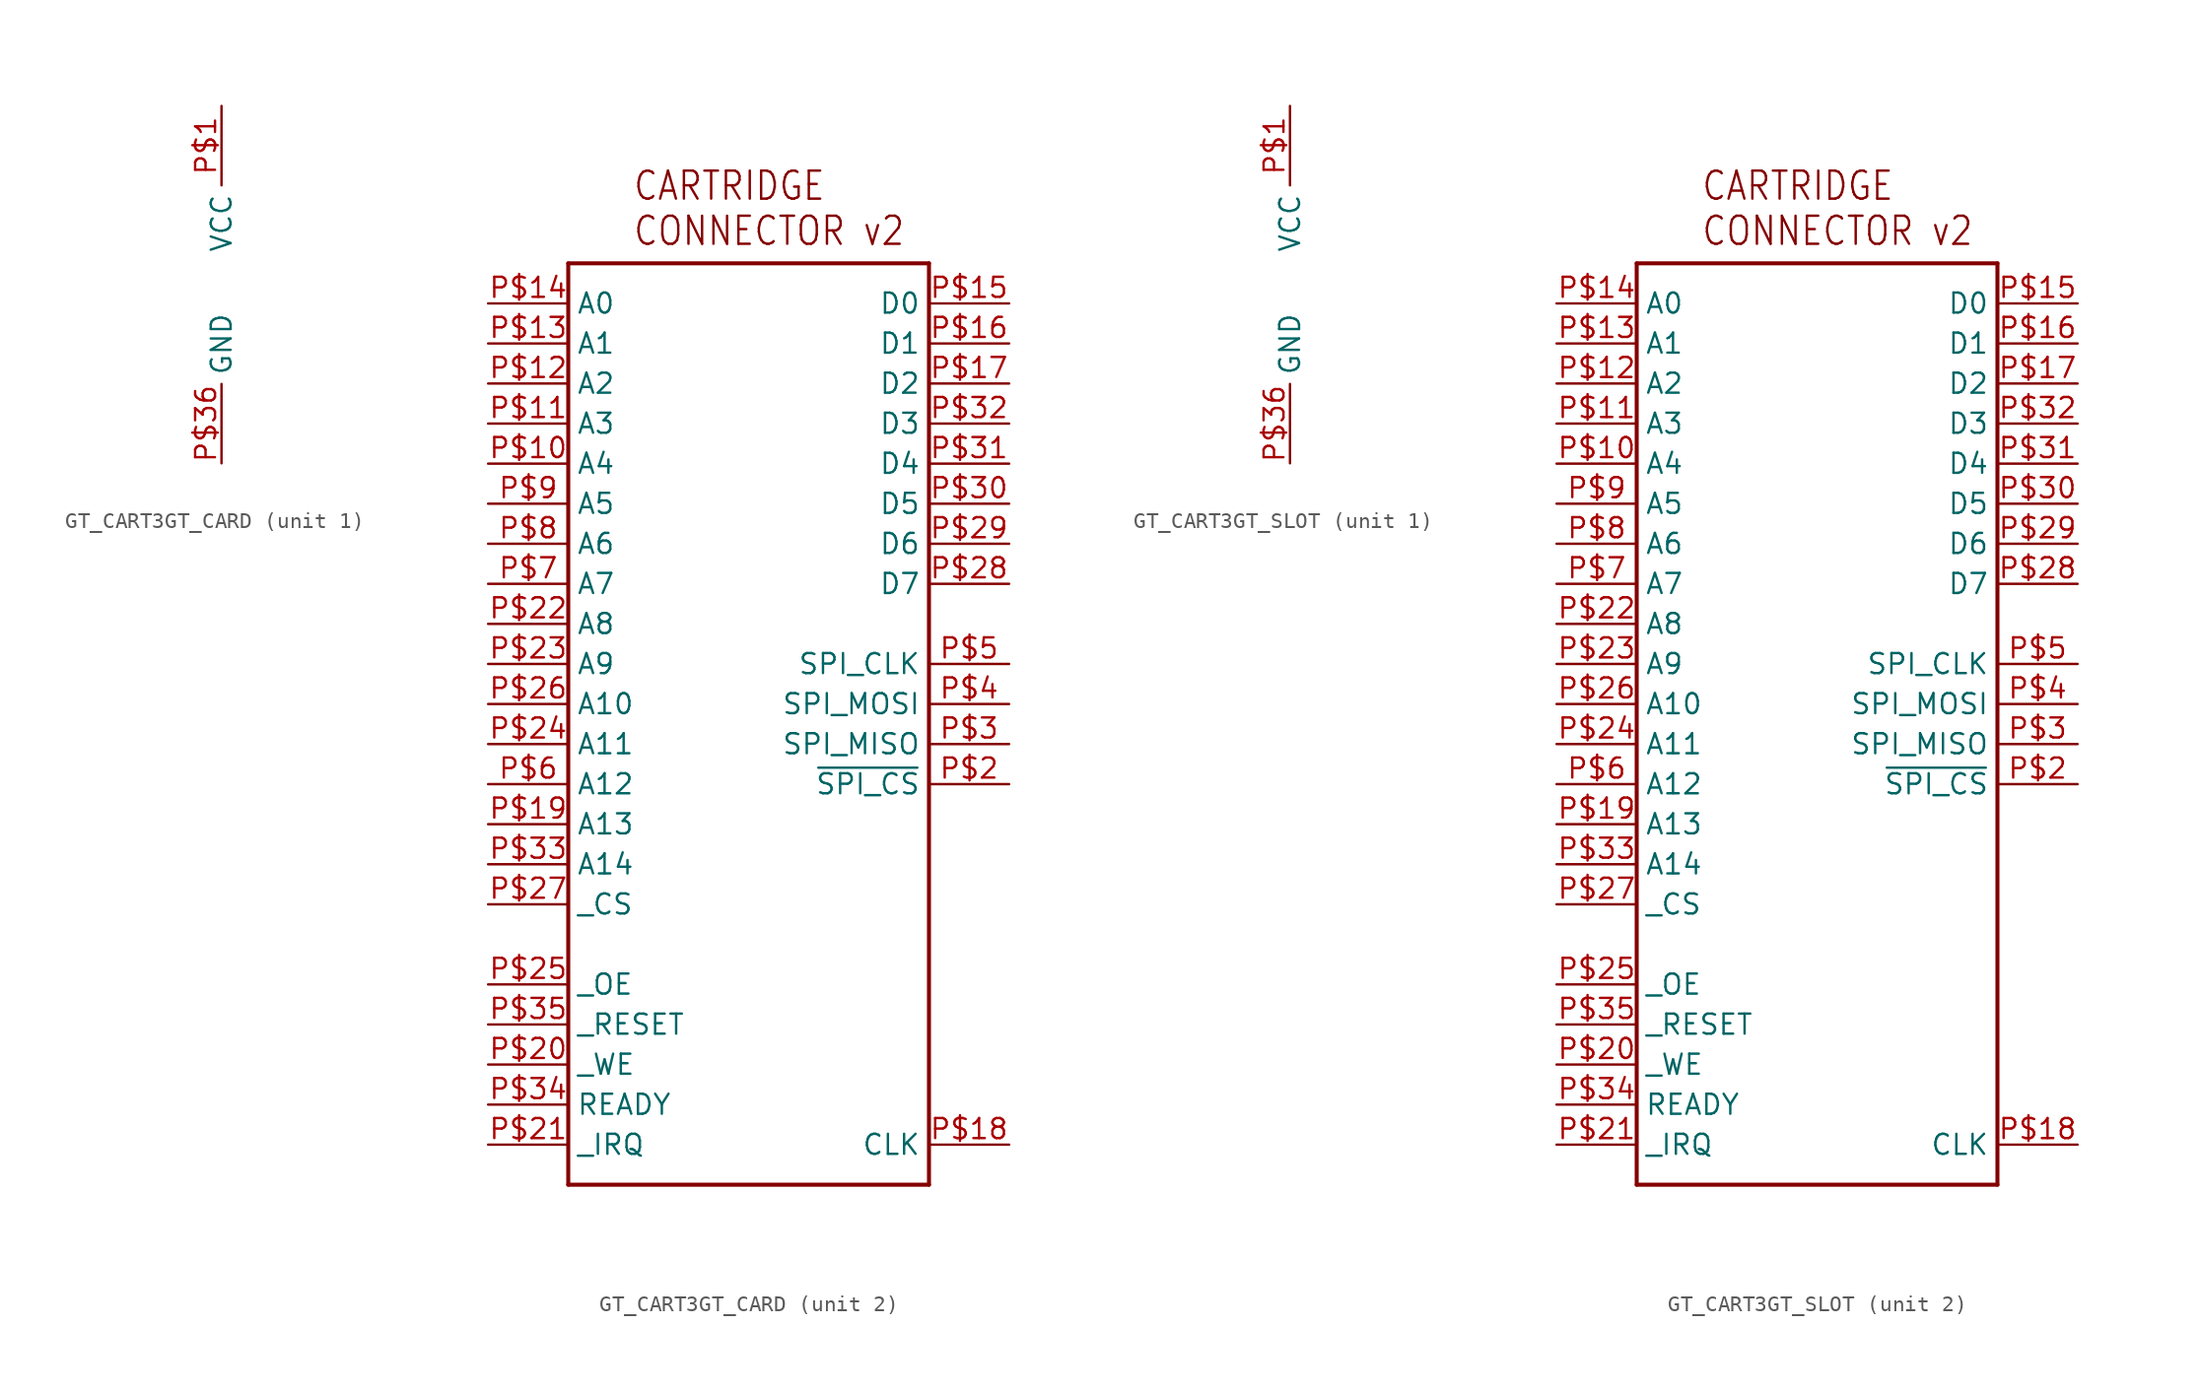
<source format=kicad_sym>
(kicad_symbol_lib
  (version 20220914)
  (generator kicad_symbol_editor)
  (symbol "GT_CART3GT_CARD"
    (property "Reference" ""
      (at 0 0 0)
      (effects (font (size 1.27 1.27)) hide))
    (property "ki_locked" ""
      (at 0 0 0)
      (effects (font (size 1.27 1.27))))
    (symbol "GT_CART3GT_CARD_1_0"
      (pin power_in line (at 0 12.7 270) (length 5.08) (name "VCC" (effects (font (size 1.27 1.27)))) (number "P$1" (effects (font (size 1.27 1.27)))))
      (pin power_in line (at 0 -10.16 90) (length 5.08) (name "GND" (effects (font (size 1.27 1.27)))) (number "P$36" (effects (font (size 1.27 1.27))))))
    (symbol "GT_CART3GT_CARD_2_0"
      (polyline (pts (xy -10.16 -35.56) (xy -10.16 22.86)) (stroke (width 0.254) (type solid)) (fill (type none)))
      (polyline (pts (xy -10.16 22.86) (xy 12.7 22.86)) (stroke (width 0.254) (type solid)) (fill (type none)))
      (polyline (pts (xy 12.7 -35.56) (xy -10.16 -35.56)) (stroke (width 0.254) (type solid)) (fill (type none)))
      (polyline (pts (xy 12.7 22.86) (xy 12.7 -35.56)) (stroke (width 0.254) (type solid)) (fill (type none)))
      (text "CARTRIDGE\nCONNECTOR v2" (at -6.096 23.876 0) (effects (font (size 1.778 1.511)) (justify left bottom)))
      (pin bidirectional line (at -15.24 10.16 0) (length 5.08) (name "A4" (effects (font (size 1.27 1.27)))) (number "P$10" (effects (font (size 1.27 1.27)))))
      (pin bidirectional line (at -15.24 12.7 0) (length 5.08) (name "A3" (effects (font (size 1.27 1.27)))) (number "P$11" (effects (font (size 1.27 1.27)))))
      (pin bidirectional line (at -15.24 15.24 0) (length 5.08) (name "A2" (effects (font (size 1.27 1.27)))) (number "P$12" (effects (font (size 1.27 1.27)))))
      (pin bidirectional line (at -15.24 17.78 0) (length 5.08) (name "A1" (effects (font (size 1.27 1.27)))) (number "P$13" (effects (font (size 1.27 1.27)))))
      (pin bidirectional line (at -15.24 20.32 0) (length 5.08) (name "A0" (effects (font (size 1.27 1.27)))) (number "P$14" (effects (font (size 1.27 1.27)))))
      (pin bidirectional line (at 17.78 20.32 180) (length 5.08) (name "D0" (effects (font (size 1.27 1.27)))) (number "P$15" (effects (font (size 1.27 1.27)))))
      (pin bidirectional line (at 17.78 17.78 180) (length 5.08) (name "D1" (effects (font (size 1.27 1.27)))) (number "P$16" (effects (font (size 1.27 1.27)))))
      (pin bidirectional line (at 17.78 15.24 180) (length 5.08) (name "D2" (effects (font (size 1.27 1.27)))) (number "P$17" (effects (font (size 1.27 1.27)))))
      (pin bidirectional line (at 17.78 -33.02 180) (length 5.08) (name "CLK" (effects (font (size 1.27 1.27)))) (number "P$18" (effects (font (size 1.27 1.27)))))
      (pin bidirectional line (at -15.24 -12.7 0) (length 5.08) (name "A13" (effects (font (size 1.27 1.27)))) (number "P$19" (effects (font (size 1.27 1.27)))))
      (pin bidirectional line (at 17.78 -10.16 180) (length 5.08) (name "~{SPI_CS}" (effects (font (size 1.27 1.27)))) (number "P$2" (effects (font (size 1.27 1.27)))))
      (pin bidirectional line (at -15.24 -27.94 0) (length 5.08) (name "_WE" (effects (font (size 1.27 1.27)))) (number "P$20" (effects (font (size 1.27 1.27)))))
      (pin bidirectional line (at -15.24 -33.02 0) (length 5.08) (name "_IRQ" (effects (font (size 1.27 1.27)))) (number "P$21" (effects (font (size 1.27 1.27)))))
      (pin bidirectional line (at -15.24 0 0) (length 5.08) (name "A8" (effects (font (size 1.27 1.27)))) (number "P$22" (effects (font (size 1.27 1.27)))))
      (pin bidirectional line (at -15.24 -2.54 0) (length 5.08) (name "A9" (effects (font (size 1.27 1.27)))) (number "P$23" (effects (font (size 1.27 1.27)))))
      (pin bidirectional line (at -15.24 -7.62 0) (length 5.08) (name "A11" (effects (font (size 1.27 1.27)))) (number "P$24" (effects (font (size 1.27 1.27)))))
      (pin bidirectional line (at -15.24 -22.86 0) (length 5.08) (name "_OE" (effects (font (size 1.27 1.27)))) (number "P$25" (effects (font (size 1.27 1.27)))))
      (pin bidirectional line (at -15.24 -5.08 0) (length 5.08) (name "A10" (effects (font (size 1.27 1.27)))) (number "P$26" (effects (font (size 1.27 1.27)))))
      (pin bidirectional line (at -15.24 -17.78 0) (length 5.08) (name "_CS" (effects (font (size 1.27 1.27)))) (number "P$27" (effects (font (size 1.27 1.27)))))
      (pin bidirectional line (at 17.78 2.54 180) (length 5.08) (name "D7" (effects (font (size 1.27 1.27)))) (number "P$28" (effects (font (size 1.27 1.27)))))
      (pin bidirectional line (at 17.78 5.08 180) (length 5.08) (name "D6" (effects (font (size 1.27 1.27)))) (number "P$29" (effects (font (size 1.27 1.27)))))
      (pin bidirectional line (at 17.78 -7.62 180) (length 5.08) (name "SPI_MISO" (effects (font (size 1.27 1.27)))) (number "P$3" (effects (font (size 1.27 1.27)))))
      (pin bidirectional line (at 17.78 7.62 180) (length 5.08) (name "D5" (effects (font (size 1.27 1.27)))) (number "P$30" (effects (font (size 1.27 1.27)))))
      (pin bidirectional line (at 17.78 10.16 180) (length 5.08) (name "D4" (effects (font (size 1.27 1.27)))) (number "P$31" (effects (font (size 1.27 1.27)))))
      (pin bidirectional line (at 17.78 12.7 180) (length 5.08) (name "D3" (effects (font (size 1.27 1.27)))) (number "P$32" (effects (font (size 1.27 1.27)))))
      (pin bidirectional line (at -15.24 -15.24 0) (length 5.08) (name "A14" (effects (font (size 1.27 1.27)))) (number "P$33" (effects (font (size 1.27 1.27)))))
      (pin bidirectional line (at -15.24 -30.48 0) (length 5.08) (name "READY" (effects (font (size 1.27 1.27)))) (number "P$34" (effects (font (size 1.27 1.27)))))
      (pin bidirectional line (at -15.24 -25.4 0) (length 5.08) (name "_RESET" (effects (font (size 1.27 1.27)))) (number "P$35" (effects (font (size 1.27 1.27)))))
      (pin bidirectional line (at 17.78 -5.08 180) (length 5.08) (name "SPI_MOSI" (effects (font (size 1.27 1.27)))) (number "P$4" (effects (font (size 1.27 1.27)))))
      (pin bidirectional line (at 17.78 -2.54 180) (length 5.08) (name "SPI_CLK" (effects (font (size 1.27 1.27)))) (number "P$5" (effects (font (size 1.27 1.27)))))
      (pin bidirectional line (at -15.24 -10.16 0) (length 5.08) (name "A12" (effects (font (size 1.27 1.27)))) (number "P$6" (effects (font (size 1.27 1.27)))))
      (pin bidirectional line (at -15.24 2.54 0) (length 5.08) (name "A7" (effects (font (size 1.27 1.27)))) (number "P$7" (effects (font (size 1.27 1.27)))))
      (pin bidirectional line (at -15.24 5.08 0) (length 5.08) (name "A6" (effects (font (size 1.27 1.27)))) (number "P$8" (effects (font (size 1.27 1.27)))))
      (pin bidirectional line (at -15.24 7.62 0) (length 5.08) (name "A5" (effects (font (size 1.27 1.27)))) (number "P$9" (effects (font (size 1.27 1.27)))))))
  (symbol "GT_CART3GT_SLOT"
    (property "Reference" ""
      (at 0 0 0)
      (effects (font (size 1.27 1.27)) hide))
    (property "ki_locked" ""
      (at 0 0 0)
      (effects (font (size 1.27 1.27))))
    (symbol "GT_CART3GT_SLOT_1_0"
      (pin power_in line (at 0 12.7 270) (length 5.08) (name "VCC" (effects (font (size 1.27 1.27)))) (number "P$1" (effects (font (size 1.27 1.27)))))
      (pin power_in line (at 0 -10.16 90) (length 5.08) (name "GND" (effects (font (size 1.27 1.27)))) (number "P$36" (effects (font (size 1.27 1.27))))))
    (symbol "GT_CART3GT_SLOT_2_0"
      (polyline (pts (xy -10.16 -35.56) (xy -10.16 22.86)) (stroke (width 0.254) (type solid)) (fill (type none)))
      (polyline (pts (xy -10.16 22.86) (xy 12.7 22.86)) (stroke (width 0.254) (type solid)) (fill (type none)))
      (polyline (pts (xy 12.7 -35.56) (xy -10.16 -35.56)) (stroke (width 0.254) (type solid)) (fill (type none)))
      (polyline (pts (xy 12.7 22.86) (xy 12.7 -35.56)) (stroke (width 0.254) (type solid)) (fill (type none)))
      (text "CARTRIDGE\nCONNECTOR v2" (at -6.096 23.876 0) (effects (font (size 1.778 1.511)) (justify left bottom)))
      (pin bidirectional line (at -15.24 10.16 0) (length 5.08) (name "A4" (effects (font (size 1.27 1.27)))) (number "P$10" (effects (font (size 1.27 1.27)))))
      (pin bidirectional line (at -15.24 12.7 0) (length 5.08) (name "A3" (effects (font (size 1.27 1.27)))) (number "P$11" (effects (font (size 1.27 1.27)))))
      (pin bidirectional line (at -15.24 15.24 0) (length 5.08) (name "A2" (effects (font (size 1.27 1.27)))) (number "P$12" (effects (font (size 1.27 1.27)))))
      (pin bidirectional line (at -15.24 17.78 0) (length 5.08) (name "A1" (effects (font (size 1.27 1.27)))) (number "P$13" (effects (font (size 1.27 1.27)))))
      (pin bidirectional line (at -15.24 20.32 0) (length 5.08) (name "A0" (effects (font (size 1.27 1.27)))) (number "P$14" (effects (font (size 1.27 1.27)))))
      (pin bidirectional line (at 17.78 20.32 180) (length 5.08) (name "D0" (effects (font (size 1.27 1.27)))) (number "P$15" (effects (font (size 1.27 1.27)))))
      (pin bidirectional line (at 17.78 17.78 180) (length 5.08) (name "D1" (effects (font (size 1.27 1.27)))) (number "P$16" (effects (font (size 1.27 1.27)))))
      (pin bidirectional line (at 17.78 15.24 180) (length 5.08) (name "D2" (effects (font (size 1.27 1.27)))) (number "P$17" (effects (font (size 1.27 1.27)))))
      (pin bidirectional line (at 17.78 -33.02 180) (length 5.08) (name "CLK" (effects (font (size 1.27 1.27)))) (number "P$18" (effects (font (size 1.27 1.27)))))
      (pin bidirectional line (at -15.24 -12.7 0) (length 5.08) (name "A13" (effects (font (size 1.27 1.27)))) (number "P$19" (effects (font (size 1.27 1.27)))))
      (pin bidirectional line (at 17.78 -10.16 180) (length 5.08) (name "~{SPI_CS}" (effects (font (size 1.27 1.27)))) (number "P$2" (effects (font (size 1.27 1.27)))))
      (pin bidirectional line (at -15.24 -27.94 0) (length 5.08) (name "_WE" (effects (font (size 1.27 1.27)))) (number "P$20" (effects (font (size 1.27 1.27)))))
      (pin bidirectional line (at -15.24 -33.02 0) (length 5.08) (name "_IRQ" (effects (font (size 1.27 1.27)))) (number "P$21" (effects (font (size 1.27 1.27)))))
      (pin bidirectional line (at -15.24 0 0) (length 5.08) (name "A8" (effects (font (size 1.27 1.27)))) (number "P$22" (effects (font (size 1.27 1.27)))))
      (pin bidirectional line (at -15.24 -2.54 0) (length 5.08) (name "A9" (effects (font (size 1.27 1.27)))) (number "P$23" (effects (font (size 1.27 1.27)))))
      (pin bidirectional line (at -15.24 -7.62 0) (length 5.08) (name "A11" (effects (font (size 1.27 1.27)))) (number "P$24" (effects (font (size 1.27 1.27)))))
      (pin bidirectional line (at -15.24 -22.86 0) (length 5.08) (name "_OE" (effects (font (size 1.27 1.27)))) (number "P$25" (effects (font (size 1.27 1.27)))))
      (pin bidirectional line (at -15.24 -5.08 0) (length 5.08) (name "A10" (effects (font (size 1.27 1.27)))) (number "P$26" (effects (font (size 1.27 1.27)))))
      (pin bidirectional line (at -15.24 -17.78 0) (length 5.08) (name "_CS" (effects (font (size 1.27 1.27)))) (number "P$27" (effects (font (size 1.27 1.27)))))
      (pin bidirectional line (at 17.78 2.54 180) (length 5.08) (name "D7" (effects (font (size 1.27 1.27)))) (number "P$28" (effects (font (size 1.27 1.27)))))
      (pin bidirectional line (at 17.78 5.08 180) (length 5.08) (name "D6" (effects (font (size 1.27 1.27)))) (number "P$29" (effects (font (size 1.27 1.27)))))
      (pin bidirectional line (at 17.78 -7.62 180) (length 5.08) (name "SPI_MISO" (effects (font (size 1.27 1.27)))) (number "P$3" (effects (font (size 1.27 1.27)))))
      (pin bidirectional line (at 17.78 7.62 180) (length 5.08) (name "D5" (effects (font (size 1.27 1.27)))) (number "P$30" (effects (font (size 1.27 1.27)))))
      (pin bidirectional line (at 17.78 10.16 180) (length 5.08) (name "D4" (effects (font (size 1.27 1.27)))) (number "P$31" (effects (font (size 1.27 1.27)))))
      (pin bidirectional line (at 17.78 12.7 180) (length 5.08) (name "D3" (effects (font (size 1.27 1.27)))) (number "P$32" (effects (font (size 1.27 1.27)))))
      (pin bidirectional line (at -15.24 -15.24 0) (length 5.08) (name "A14" (effects (font (size 1.27 1.27)))) (number "P$33" (effects (font (size 1.27 1.27)))))
      (pin bidirectional line (at -15.24 -30.48 0) (length 5.08) (name "READY" (effects (font (size 1.27 1.27)))) (number "P$34" (effects (font (size 1.27 1.27)))))
      (pin bidirectional line (at -15.24 -25.4 0) (length 5.08) (name "_RESET" (effects (font (size 1.27 1.27)))) (number "P$35" (effects (font (size 1.27 1.27)))))
      (pin bidirectional line (at 17.78 -5.08 180) (length 5.08) (name "SPI_MOSI" (effects (font (size 1.27 1.27)))) (number "P$4" (effects (font (size 1.27 1.27)))))
      (pin bidirectional line (at 17.78 -2.54 180) (length 5.08) (name "SPI_CLK" (effects (font (size 1.27 1.27)))) (number "P$5" (effects (font (size 1.27 1.27)))))
      (pin bidirectional line (at -15.24 -10.16 0) (length 5.08) (name "A12" (effects (font (size 1.27 1.27)))) (number "P$6" (effects (font (size 1.27 1.27)))))
      (pin bidirectional line (at -15.24 2.54 0) (length 5.08) (name "A7" (effects (font (size 1.27 1.27)))) (number "P$7" (effects (font (size 1.27 1.27)))))
      (pin bidirectional line (at -15.24 5.08 0) (length 5.08) (name "A6" (effects (font (size 1.27 1.27)))) (number "P$8" (effects (font (size 1.27 1.27)))))
      (pin bidirectional line (at -15.24 7.62 0) (length 5.08) (name "A5" (effects (font (size 1.27 1.27)))) (number "P$9" (effects (font (size 1.27 1.27))))))))
</source>
